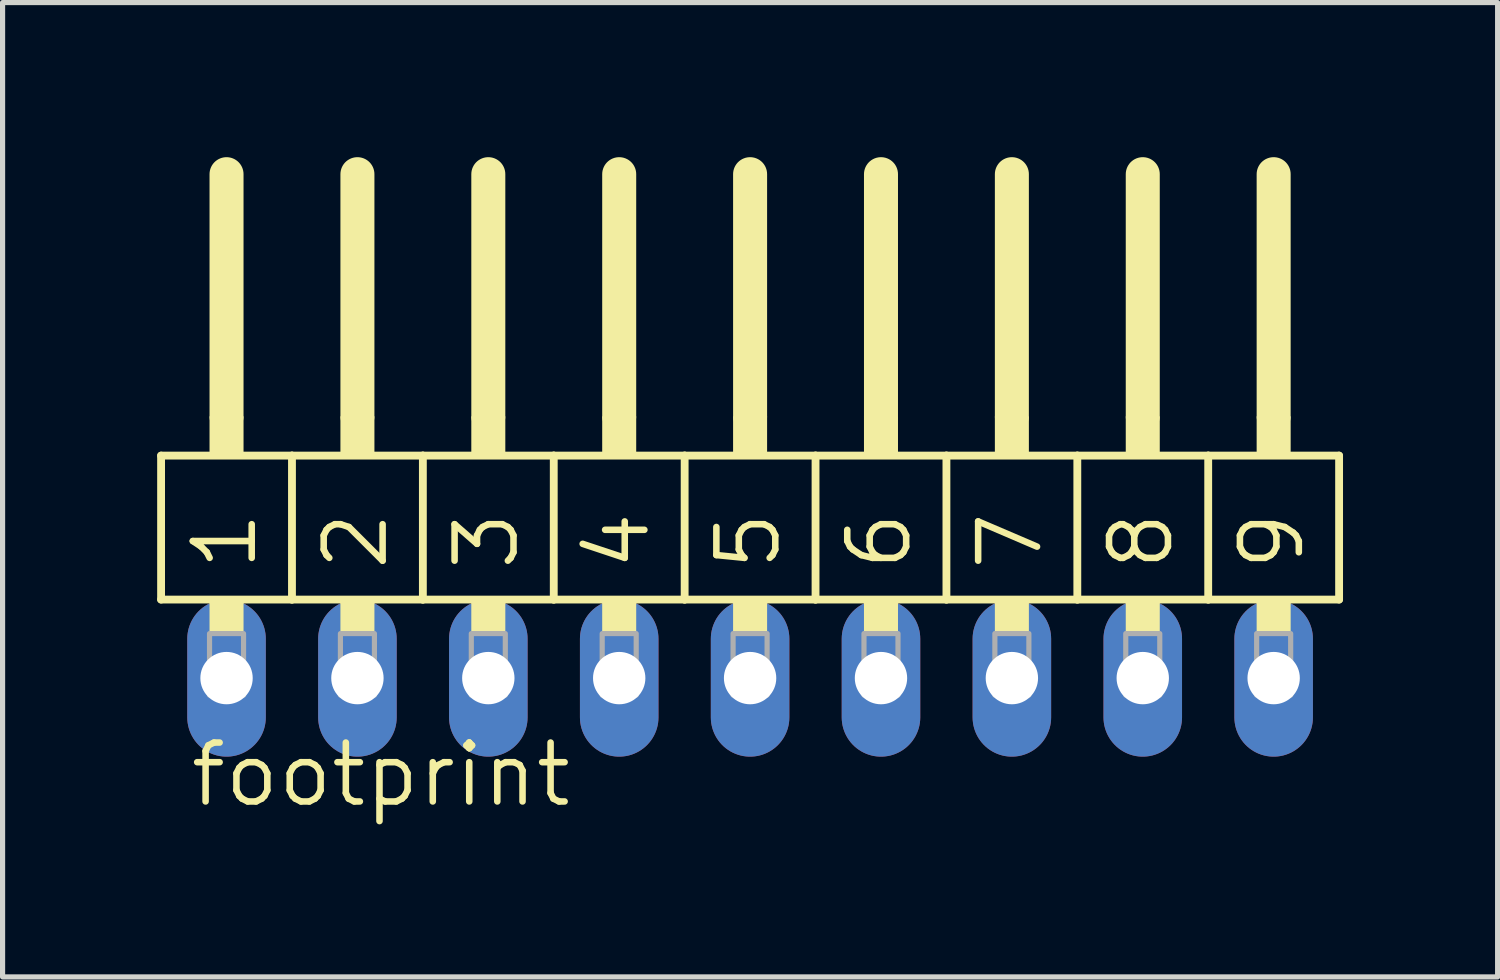
<source format=kicad_pcb>
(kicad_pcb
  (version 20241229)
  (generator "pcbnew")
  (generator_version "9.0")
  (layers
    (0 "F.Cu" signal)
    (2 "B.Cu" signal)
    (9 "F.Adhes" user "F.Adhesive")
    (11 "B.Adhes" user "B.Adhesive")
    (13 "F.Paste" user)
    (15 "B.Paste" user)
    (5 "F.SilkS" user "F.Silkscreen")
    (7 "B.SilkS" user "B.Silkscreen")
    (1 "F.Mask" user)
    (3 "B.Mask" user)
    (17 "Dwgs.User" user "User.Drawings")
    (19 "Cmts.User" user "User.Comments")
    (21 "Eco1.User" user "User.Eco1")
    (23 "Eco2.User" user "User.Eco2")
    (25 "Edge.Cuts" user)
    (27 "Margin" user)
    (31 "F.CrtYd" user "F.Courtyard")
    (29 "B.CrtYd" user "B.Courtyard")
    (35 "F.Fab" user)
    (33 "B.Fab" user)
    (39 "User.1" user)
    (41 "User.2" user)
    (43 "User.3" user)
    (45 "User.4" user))
  (footprint "footprint"
    (layer "F.Cu")
    (at 11.506 10.109)
    (property "Reference" "footprint" (at -10.922 2.54 0) (layer "F.SilkS") (effects (font (size 1.143 1.143) (thickness 0.127)) (justify left bottom)))
    (fp_line (start -11.43 -4.318) (end -8.89 -4.318) (stroke (width 0.152) (type solid)) (layer "F.SilkS"))
    (fp_line (start -11.43 -1.524) (end -11.43 -4.318) (stroke (width 0.152) (type solid)) (layer "F.SilkS"))
    (fp_line (start -10.16 -5.08) (end -10.16 -9.779) (stroke (width 0.66) (type solid)) (layer "F.SilkS"))
    (fp_line (start -8.89 -4.318) (end -6.35 -4.318) (stroke (width 0.152) (type solid)) (layer "F.SilkS"))
    (fp_line (start -8.89 -1.524) (end -11.43 -1.524) (stroke (width 0.152) (type solid)) (layer "F.SilkS"))
    (fp_line (start -8.89 -1.524) (end -8.89 -4.318) (stroke (width 0.152) (type solid)) (layer "F.SilkS"))
    (fp_line (start -8.89 -1.524) (end -6.35 -1.524) (stroke (width 0.152) (type solid)) (layer "F.SilkS"))
    (fp_line (start -7.62 -5.08) (end -7.62 -9.779) (stroke (width 0.66) (type solid)) (layer "F.SilkS"))
    (fp_line (start -6.35 -4.318) (end -3.81 -4.318) (stroke (width 0.152) (type solid)) (layer "F.SilkS"))
    (fp_line (start -6.35 -1.524) (end -6.35 -4.318) (stroke (width 0.152) (type solid)) (layer "F.SilkS"))
    (fp_line (start -5.08 -5.08) (end -5.08 -9.779) (stroke (width 0.66) (type solid)) (layer "F.SilkS"))
    (fp_line (start -3.81 -4.318) (end -1.27 -4.318) (stroke (width 0.152) (type solid)) (layer "F.SilkS"))
    (fp_line (start -3.81 -1.524) (end -6.35 -1.524) (stroke (width 0.152) (type solid)) (layer "F.SilkS"))
    (fp_line (start -3.81 -1.524) (end -3.81 -4.318) (stroke (width 0.152) (type solid)) (layer "F.SilkS"))
    (fp_line (start -2.54 -5.08) (end -2.54 -9.779) (stroke (width 0.66) (type solid)) (layer "F.SilkS"))
    (fp_line (start -1.27 -4.318) (end 1.27 -4.318) (stroke (width 0.152) (type solid)) (layer "F.SilkS"))
    (fp_line (start -1.27 -1.524) (end -3.81 -1.524) (stroke (width 0.152) (type solid)) (layer "F.SilkS"))
    (fp_line (start -1.27 -1.524) (end -1.27 -4.318) (stroke (width 0.152) (type solid)) (layer "F.SilkS"))
    (fp_line (start 0 -5.08) (end 0 -9.779) (stroke (width 0.66) (type solid)) (layer "F.SilkS"))
    (fp_line (start 1.27 -4.318) (end 3.81 -4.318) (stroke (width 0.152) (type solid)) (layer "F.SilkS"))
    (fp_line (start 1.27 -1.524) (end -1.27 -1.524) (stroke (width 0.152) (type solid)) (layer "F.SilkS"))
    (fp_line (start 1.27 -1.524) (end 1.27 -4.318) (stroke (width 0.152) (type solid)) (layer "F.SilkS"))
    (fp_line (start 2.54 -5.08) (end 2.54 -9.779) (stroke (width 0.66) (type solid)) (layer "F.SilkS"))
    (fp_line (start 3.81 -4.318) (end 6.35 -4.318) (stroke (width 0.152) (type solid)) (layer "F.SilkS"))
    (fp_line (start 3.81 -1.524) (end 1.27 -1.524) (stroke (width 0.152) (type solid)) (layer "F.SilkS"))
    (fp_line (start 3.81 -1.524) (end 3.81 -4.318) (stroke (width 0.152) (type solid)) (layer "F.SilkS"))
    (fp_line (start 3.81 -1.524) (end 6.35 -1.524) (stroke (width 0.152) (type solid)) (layer "F.SilkS"))
    (fp_line (start 5.08 -5.08) (end 5.08 -9.779) (stroke (width 0.66) (type solid)) (layer "F.SilkS"))
    (fp_line (start 6.35 -4.318) (end 8.89 -4.318) (stroke (width 0.152) (type solid)) (layer "F.SilkS"))
    (fp_line (start 6.35 -1.524) (end 6.35 -4.318) (stroke (width 0.152) (type solid)) (layer "F.SilkS"))
    (fp_line (start 7.62 -5.08) (end 7.62 -9.779) (stroke (width 0.66) (type solid)) (layer "F.SilkS"))
    (fp_line (start 8.89 -4.318) (end 11.43 -4.318) (stroke (width 0.152) (type solid)) (layer "F.SilkS"))
    (fp_line (start 8.89 -1.524) (end 6.35 -1.524) (stroke (width 0.152) (type solid)) (layer "F.SilkS"))
    (fp_line (start 8.89 -1.524) (end 8.89 -4.318) (stroke (width 0.152) (type solid)) (layer "F.SilkS"))
    (fp_line (start 10.16 -5.08) (end 10.16 -9.779) (stroke (width 0.66) (type solid)) (layer "F.SilkS"))
    (fp_line (start 11.43 -1.524) (end 8.89 -1.524) (stroke (width 0.152) (type solid)) (layer "F.SilkS"))
    (fp_line (start 11.43 -1.524) (end 11.43 -4.318) (stroke (width 0.152) (type solid)) (layer "F.SilkS"))
    (fp_poly (pts (xy -10.49 -4.318) (xy -9.83 -4.318) (xy -9.83 -5.08) (xy -10.49 -5.08)) (stroke (width 0) (type solid)) (fill yes) (layer "F.SilkS"))
    (fp_poly (pts (xy -10.49 -0.864) (xy -9.83 -0.864) (xy -9.83 -1.524) (xy -10.49 -1.524)) (stroke (width 0) (type solid)) (fill yes) (layer "F.SilkS"))
    (fp_poly (pts (xy -7.95 -4.318) (xy -7.29 -4.318) (xy -7.29 -5.08) (xy -7.95 -5.08)) (stroke (width 0) (type solid)) (fill yes) (layer "F.SilkS"))
    (fp_poly (pts (xy -7.95 -0.864) (xy -7.29 -0.864) (xy -7.29 -1.524) (xy -7.95 -1.524)) (stroke (width 0) (type solid)) (fill yes) (layer "F.SilkS"))
    (fp_poly (pts (xy -5.41 -4.318) (xy -4.75 -4.318) (xy -4.75 -5.08) (xy -5.41 -5.08)) (stroke (width 0) (type solid)) (fill yes) (layer "F.SilkS"))
    (fp_poly (pts (xy -5.41 -0.864) (xy -4.75 -0.864) (xy -4.75 -1.524) (xy -5.41 -1.524)) (stroke (width 0) (type solid)) (fill yes) (layer "F.SilkS"))
    (fp_poly (pts (xy -2.87 -4.318) (xy -2.21 -4.318) (xy -2.21 -5.08) (xy -2.87 -5.08)) (stroke (width 0) (type solid)) (fill yes) (layer "F.SilkS"))
    (fp_poly (pts (xy -2.87 -0.864) (xy -2.21 -0.864) (xy -2.21 -1.524) (xy -2.87 -1.524)) (stroke (width 0) (type solid)) (fill yes) (layer "F.SilkS"))
    (fp_poly (pts (xy -0.33 -4.318) (xy 0.33 -4.318) (xy 0.33 -5.08) (xy -0.33 -5.08)) (stroke (width 0) (type solid)) (fill yes) (layer "F.SilkS"))
    (fp_poly (pts (xy -0.33 -0.864) (xy 0.33 -0.864) (xy 0.33 -1.524) (xy -0.33 -1.524)) (stroke (width 0) (type solid)) (fill yes) (layer "F.SilkS"))
    (fp_poly (pts (xy 2.21 -4.318) (xy 2.87 -4.318) (xy 2.87 -5.08) (xy 2.21 -5.08)) (stroke (width 0) (type solid)) (fill yes) (layer "F.SilkS"))
    (fp_poly (pts (xy 2.21 -0.864) (xy 2.87 -0.864) (xy 2.87 -1.524) (xy 2.21 -1.524)) (stroke (width 0) (type solid)) (fill yes) (layer "F.SilkS"))
    (fp_poly (pts (xy 4.75 -4.318) (xy 5.41 -4.318) (xy 5.41 -5.08) (xy 4.75 -5.08)) (stroke (width 0) (type solid)) (fill yes) (layer "F.SilkS"))
    (fp_poly (pts (xy 4.75 -0.864) (xy 5.41 -0.864) (xy 5.41 -1.524) (xy 4.75 -1.524)) (stroke (width 0) (type solid)) (fill yes) (layer "F.SilkS"))
    (fp_poly (pts (xy 7.29 -4.318) (xy 7.95 -4.318) (xy 7.95 -5.08) (xy 7.29 -5.08)) (stroke (width 0) (type solid)) (fill yes) (layer "F.SilkS"))
    (fp_poly (pts (xy 7.29 -0.864) (xy 7.95 -0.864) (xy 7.95 -1.524) (xy 7.29 -1.524)) (stroke (width 0) (type solid)) (fill yes) (layer "F.SilkS"))
    (fp_poly (pts (xy 9.83 -4.318) (xy 10.49 -4.318) (xy 10.49 -5.08) (xy 9.83 -5.08)) (stroke (width 0) (type solid)) (fill yes) (layer "F.SilkS"))
    (fp_poly (pts (xy 9.83 -0.864) (xy 10.49 -0.864) (xy 10.49 -1.524) (xy 9.83 -1.524)) (stroke (width 0) (type solid)) (fill yes) (layer "F.SilkS"))
    (fp_poly (pts (xy -10.49 0.33) (xy -9.83 0.33) (xy -9.83 -0.864) (xy -10.49 -0.864)) (stroke (width 0.1) (type solid)) (fill no) (layer "F.Fab"))
    (fp_poly (pts (xy -7.95 0.33) (xy -7.29 0.33) (xy -7.29 -0.864) (xy -7.95 -0.864)) (stroke (width 0.1) (type solid)) (fill no) (layer "F.Fab"))
    (fp_poly (pts (xy -5.41 0.33) (xy -4.75 0.33) (xy -4.75 -0.864) (xy -5.41 -0.864)) (stroke (width 0.1) (type solid)) (fill no) (layer "F.Fab"))
    (fp_poly (pts (xy -2.87 0.33) (xy -2.21 0.33) (xy -2.21 -0.864) (xy -2.87 -0.864)) (stroke (width 0.1) (type solid)) (fill no) (layer "F.Fab"))
    (fp_poly (pts (xy -0.33 0.33) (xy 0.33 0.33) (xy 0.33 -0.864) (xy -0.33 -0.864)) (stroke (width 0.1) (type solid)) (fill no) (layer "F.Fab"))
    (fp_poly (pts (xy 2.21 0.33) (xy 2.87 0.33) (xy 2.87 -0.864) (xy 2.21 -0.864)) (stroke (width 0.1) (type solid)) (fill no) (layer "F.Fab"))
    (fp_poly (pts (xy 4.75 0.33) (xy 5.41 0.33) (xy 5.41 -0.864) (xy 4.75 -0.864)) (stroke (width 0.1) (type solid)) (fill no) (layer "F.Fab"))
    (fp_poly (pts (xy 7.29 0.33) (xy 7.95 0.33) (xy 7.95 -0.864) (xy 7.29 -0.864)) (stroke (width 0.1) (type solid)) (fill no) (layer "F.Fab"))
    (fp_poly (pts (xy 9.83 0.33) (xy 10.49 0.33) (xy 10.49 -0.864) (xy 9.83 -0.864)) (stroke (width 0.1) (type solid)) (fill no) (layer "F.Fab"))
    (fp_text user "1" (at -9.525 -2.032 90) (layer "F.SilkS") (effects (font (size 1.143 1.143) (thickness 0.127)) (justify left bottom)))
    (fp_text user "4" (at -1.905 -2.032 90) (layer "F.SilkS") (effects (font (size 1.143 1.143) (thickness 0.127)) (justify left bottom)))
    (fp_text user "3" (at -4.445 -2.032 90) (layer "F.SilkS") (effects (font (size 1.143 1.143) (thickness 0.127)) (justify left bottom)))
    (fp_text user "6" (at 3.175 -2.032 90) (layer "F.SilkS") (effects (font (size 1.143 1.143) (thickness 0.127)) (justify left bottom)))
    (fp_text user "5" (at 0.635 -2.032 90) (layer "F.SilkS") (effects (font (size 1.143 1.143) (thickness 0.127)) (justify left bottom)))
    (fp_text user "9" (at 10.795 -2.032 90) (layer "F.SilkS") (effects (font (size 1.143 1.143) (thickness 0.127)) (justify left bottom)))
    (fp_text user "8" (at 8.255 -2.032 90) (layer "F.SilkS") (effects (font (size 1.143 1.143) (thickness 0.127)) (justify left bottom)))
    (fp_text user "7" (at 5.715 -2.032 90) (layer "F.SilkS") (effects (font (size 1.143 1.143) (thickness 0.127)) (justify left bottom)))
    (fp_text user "2" (at -6.985 -2.032 90) (layer "F.SilkS") (effects (font (size 1.143 1.143) (thickness 0.127)) (justify left bottom)))
    (pad "1" thru_hole oval (at -10.16 0 90) (size 3.048 1.524) (drill 1.016) (layers "*.Cu" "*.Mask"))
    (pad "2" thru_hole oval (at -7.62 0 90) (size 3.048 1.524) (drill 1.016) (layers "*.Cu" "*.Mask"))
    (pad "3" thru_hole oval (at -5.08 0 90) (size 3.048 1.524) (drill 1.016) (layers "*.Cu" "*.Mask"))
    (pad "4" thru_hole oval (at -2.54 0 90) (size 3.048 1.524) (drill 1.016) (layers "*.Cu" "*.Mask"))
    (pad "5" thru_hole oval (at 0 0 90) (size 3.048 1.524) (drill 1.016) (layers "*.Cu" "*.Mask"))
    (pad "6" thru_hole oval (at 2.54 0 90) (size 3.048 1.524) (drill 1.016) (layers "*.Cu" "*.Mask"))
    (pad "7" thru_hole oval (at 5.08 0 90) (size 3.048 1.524) (drill 1.016) (layers "*.Cu" "*.Mask"))
    (pad "8" thru_hole oval (at 7.62 0 90) (size 3.048 1.524) (drill 1.016) (layers "*.Cu" "*.Mask"))
    (pad "9" thru_hole oval (at 10.16 0 90) (size 3.048 1.524) (drill 1.016) (layers "*.Cu" "*.Mask")))
  (gr_rect
    (start -3 -3)
    (end 26.012 15.908)
    (stroke (width 0.1) (type default))
    (fill no)
    (layer "Edge.Cuts")))
</source>
